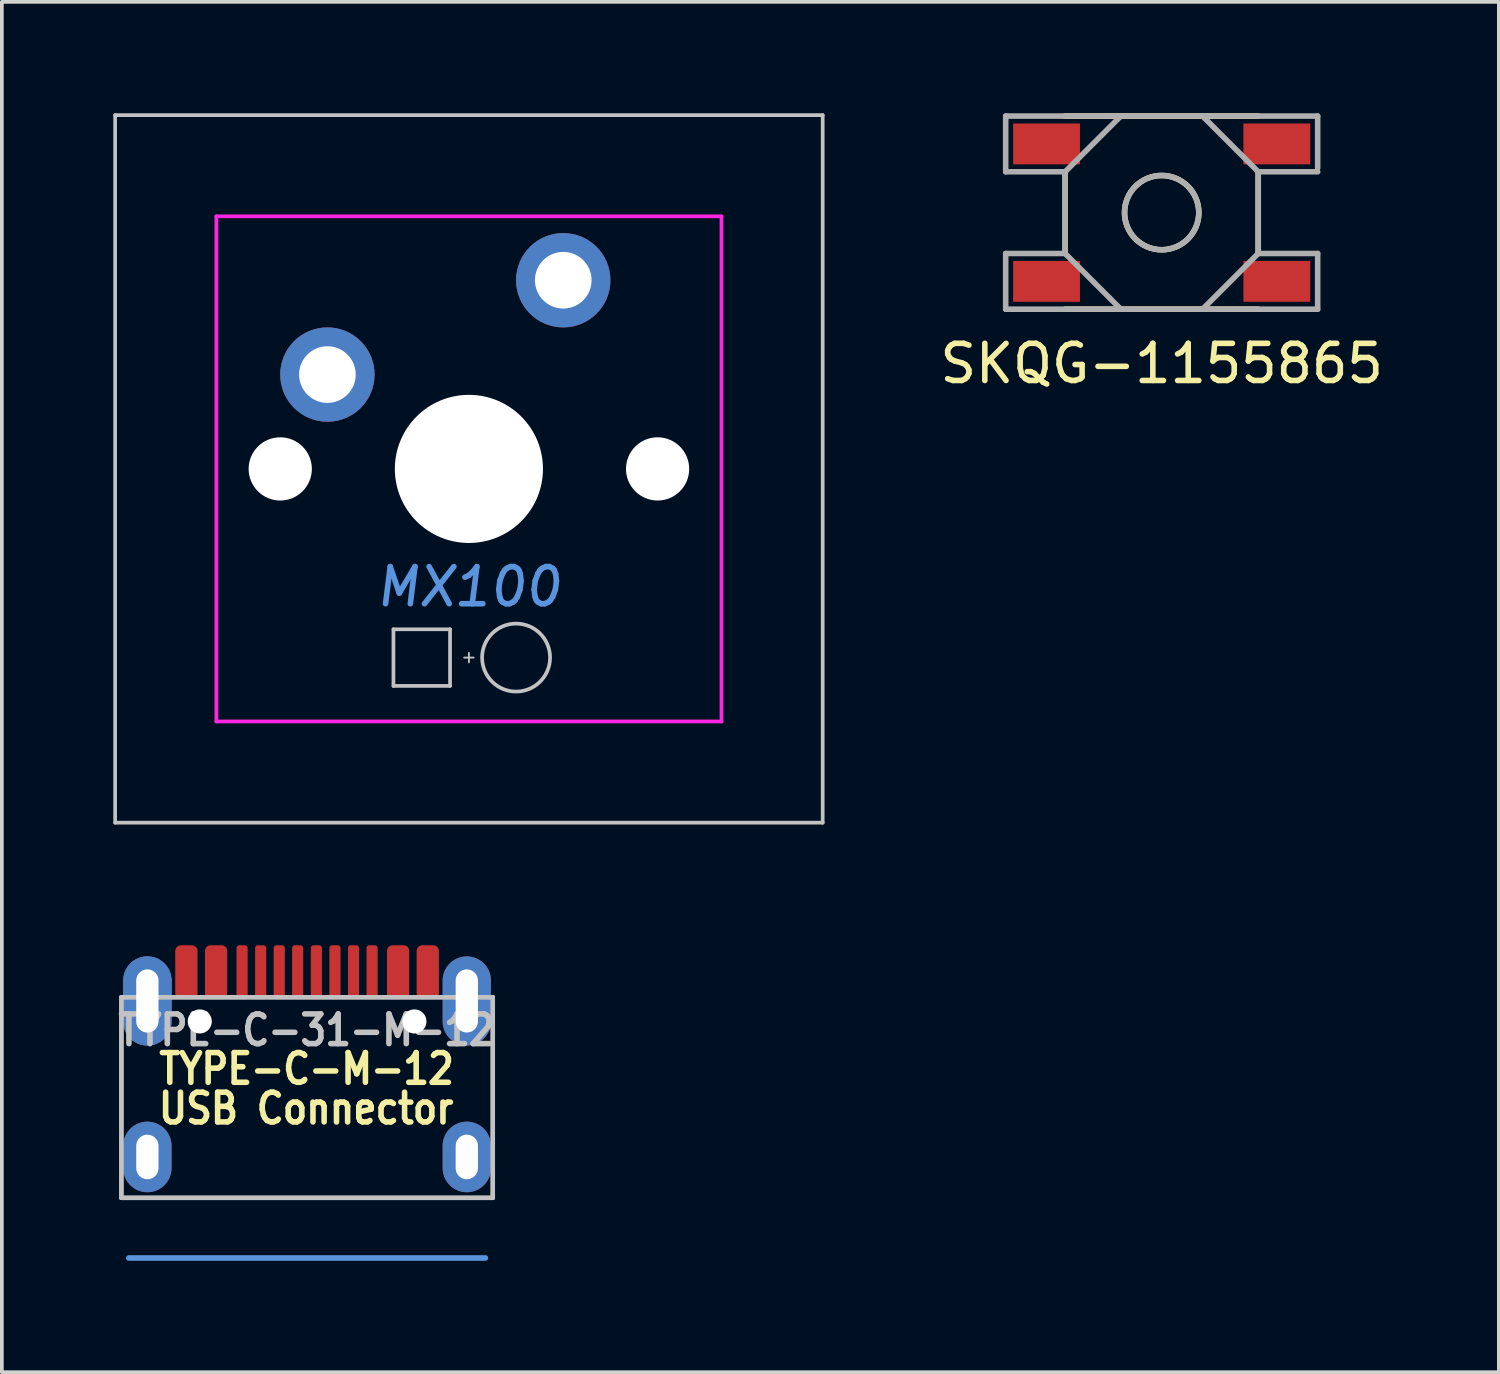
<source format=kicad_pcb>
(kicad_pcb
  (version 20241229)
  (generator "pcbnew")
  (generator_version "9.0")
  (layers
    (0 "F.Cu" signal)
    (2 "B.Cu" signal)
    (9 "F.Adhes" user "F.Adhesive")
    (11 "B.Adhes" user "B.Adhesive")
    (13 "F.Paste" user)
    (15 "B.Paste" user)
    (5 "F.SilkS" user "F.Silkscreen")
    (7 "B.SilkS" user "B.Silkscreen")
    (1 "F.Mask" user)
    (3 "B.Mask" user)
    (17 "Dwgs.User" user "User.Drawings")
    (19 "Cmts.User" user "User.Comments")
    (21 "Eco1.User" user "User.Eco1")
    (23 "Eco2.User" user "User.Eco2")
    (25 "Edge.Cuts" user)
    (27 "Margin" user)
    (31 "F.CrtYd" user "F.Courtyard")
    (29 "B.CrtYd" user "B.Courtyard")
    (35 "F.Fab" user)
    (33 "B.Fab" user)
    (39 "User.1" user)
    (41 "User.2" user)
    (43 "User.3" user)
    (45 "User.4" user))
  (footprint "SKQG-1155865"
    (layer "F.Cu")
    (at 28.227 2.675)
    (property "Reference" "SKQG-1155865" (at 0 4.064 0) (layer "F.SilkS") (effects (font (size 1 1) (thickness 0.15))))
    (attr smd)
    (fp_line (start -2.6 -2.6) (end 2.6 -2.6) (stroke (width 0.15) (type solid)) (layer "F.SilkS"))
    (fp_line (start -2.6 1.1) (end -2.6 -1.1) (stroke (width 0.15) (type solid)) (layer "F.SilkS"))
    (fp_line (start 2.6 -1.1) (end 2.6 1.1) (stroke (width 0.15) (type solid)) (layer "F.SilkS"))
    (fp_line (start 2.6 2.6) (end -2.6 2.6) (stroke (width 0.15) (type solid)) (layer "F.SilkS"))
    (fp_circle (center 0 0) (end 1 0) (stroke (width 0.15) (type solid)) (fill no) (layer "F.SilkS"))
    (fp_line (start -4.2 -2.6) (end 4.2 -2.6) (stroke (width 0.15) (type solid)) (layer "F.Fab"))
    (fp_line (start -4.2 -1.1) (end -4.2 -2.6) (stroke (width 0.15) (type solid)) (layer "F.Fab"))
    (fp_line (start -4.2 1.1) (end -2.6 1.1) (stroke (width 0.15) (type solid)) (layer "F.Fab"))
    (fp_line (start -4.2 2.6) (end -4.2 1.1) (stroke (width 0.15) (type solid)) (layer "F.Fab"))
    (fp_line (start -2.6 -1.1) (end -4.2 -1.1) (stroke (width 0.15) (type solid)) (layer "F.Fab"))
    (fp_line (start -2.6 -1.1) (end -1.1 -2.6) (stroke (width 0.15) (type solid)) (layer "F.Fab"))
    (fp_line (start -2.6 1.1) (end -2.6 -1.1) (stroke (width 0.15) (type solid)) (layer "F.Fab"))
    (fp_line (start -2.6 1.1) (end -1.1 2.6) (stroke (width 0.15) (type solid)) (layer "F.Fab"))
    (fp_line (start 2.6 -1.1) (end 1.1 -2.6) (stroke (width 0.15) (type solid)) (layer "F.Fab"))
    (fp_line (start 2.6 -1.1) (end 2.6 1.1) (stroke (width 0.15) (type solid)) (layer "F.Fab"))
    (fp_line (start 2.6 1.1) (end 1.1 2.6) (stroke (width 0.15) (type solid)) (layer "F.Fab"))
    (fp_line (start 2.6 1.1) (end 4.2 1.1) (stroke (width 0.15) (type solid)) (layer "F.Fab"))
    (fp_line (start 4.2 -2.6) (end 4.2 -1.2) (stroke (width 0.15) (type solid)) (layer "F.Fab"))
    (fp_line (start 4.2 -1.1) (end 2.6 -1.1) (stroke (width 0.15) (type solid)) (layer "F.Fab"))
    (fp_line (start 4.2 1.1) (end 4.2 2.6) (stroke (width 0.15) (type solid)) (layer "F.Fab"))
    (fp_line (start 4.2 2.6) (end -4.2 2.6) (stroke (width 0.15) (type solid)) (layer "F.Fab"))
    (fp_circle (center 0 0) (end 1 0) (stroke (width 0.15) (type solid)) (fill no) (layer "F.Fab"))
    (pad "1" smd rect (at 3.1 1.85) (size 1.8 1.1) (layers "F.Cu" "F.Mask" "F.Paste"))
    (pad "2" smd rect (at -3.1 -1.85) (size 1.8 1.1) (layers "F.Cu" "F.Mask" "F.Paste"))
    (pad "3" smd rect (at 3.1 -1.85) (size 1.8 1.1) (layers "F.Cu" "F.Mask" "F.Paste"))
    (pad "4" smd rect (at -3.1 1.85) (size 1.8 1.1) (layers "F.Cu" "F.Mask" "F.Paste")))
  (footprint "MX100"
    (layer "F.Cu")
    (at 9.55 9.588)
    (property "Reference" "MX100" (at 0.025 3.162 180) (layer "Cmts.User") (effects (font (size 1 1) (thickness 0.15) (italic yes))))
    (attr through_hole)
    (fp_line (start -9.5 -9.538) (end -9.5 9.512) (stroke (width 0.1) (type solid)) (layer "Dwgs.User"))
    (fp_line (start -9.5 9.512) (end 9.55 9.512) (stroke (width 0.1) (type solid)) (layer "Dwgs.User"))
    (fp_line (start -2.007 5.829) (end -2.007 4.305) (stroke (width 0.1) (type solid)) (layer "Dwgs.User"))
    (fp_line (start -2.007 5.829) (end -0.483 5.829) (stroke (width 0.1) (type solid)) (layer "Dwgs.User"))
    (fp_line (start -0.483 4.305) (end -2.007 4.305) (stroke (width 0.1) (type solid)) (layer "Dwgs.User"))
    (fp_line (start -0.483 4.305) (end -0.483 5.829) (stroke (width 0.1) (type solid)) (layer "Dwgs.User"))
    (fp_line (start 0.025 4.94) (end 0.025 5.194) (stroke (width 0.05) (type solid)) (layer "Dwgs.User"))
    (fp_line (start 0.152 5.067) (end -0.102 5.067) (stroke (width 0.05) (type solid)) (layer "Dwgs.User"))
    (fp_line (start 9.55 -9.538) (end -9.5 -9.538) (stroke (width 0.1) (type solid)) (layer "Dwgs.User"))
    (fp_line (start 9.55 9.512) (end 9.55 -9.538) (stroke (width 0.1) (type solid)) (layer "Dwgs.User"))
    (fp_circle (center 1.295 5.067) (end 0.38 5.067) (stroke (width 0.1) (type solid)) (fill no) (layer "Dwgs.User"))
    (fp_line (start -7.976 -5.728) (end -7.976 -3.188) (stroke (width 0.1) (type solid)) (layer "Eco1.User"))
    (fp_line (start -7.976 5.702) (end -7.976 3.162) (stroke (width 0.1) (type solid)) (layer "Eco1.User"))
    (fp_line (start -7.722 -5.982) (end -7.214 -5.982) (stroke (width 0.1) (type solid)) (layer "Eco1.User"))
    (fp_line (start -7.722 -2.934) (end -7.214 -2.934) (stroke (width 0.1) (type solid)) (layer "Eco1.User"))
    (fp_line (start -7.722 2.908) (end -7.214 2.908) (stroke (width 0.1) (type solid)) (layer "Eco1.User"))
    (fp_line (start -7.722 5.956) (end -7.214 5.956) (stroke (width 0.1) (type solid)) (layer "Eco1.User"))
    (fp_line (start -6.96 -6.236) (end -6.96 -6.744) (stroke (width 0.1) (type solid)) (layer "Eco1.User"))
    (fp_line (start -6.96 2.654) (end -6.96 -2.68) (stroke (width 0.1) (type solid)) (layer "Eco1.User"))
    (fp_line (start -6.96 6.21) (end -6.96 6.718) (stroke (width 0.1) (type solid)) (layer "Eco1.User"))
    (fp_line (start -6.706 -6.998) (end 6.756 -6.998) (stroke (width 0.1) (type solid)) (layer "Eco1.User"))
    (fp_line (start -6.706 6.972) (end 6.756 6.972) (stroke (width 0.1) (type solid)) (layer "Eco1.User"))
    (fp_line (start 0.025 -2.299) (end 0.025 2.273) (stroke (width 0.1) (type solid)) (layer "Eco1.User"))
    (fp_line (start 2.184 -0.013) (end -2.134 -0.013) (stroke (width 0.1) (type solid)) (layer "Eco1.User"))
    (fp_line (start 7.01 -6.236) (end 7.01 -6.744) (stroke (width 0.1) (type solid)) (layer "Eco1.User"))
    (fp_line (start 7.01 -2.68) (end 7.01 2.654) (stroke (width 0.1) (type solid)) (layer "Eco1.User"))
    (fp_line (start 7.01 6.21) (end 7.01 6.718) (stroke (width 0.1) (type solid)) (layer "Eco1.User"))
    (fp_line (start 7.772 -5.982) (end 7.264 -5.982) (stroke (width 0.1) (type solid)) (layer "Eco1.User"))
    (fp_line (start 7.772 -2.934) (end 7.264 -2.934) (stroke (width 0.1) (type solid)) (layer "Eco1.User"))
    (fp_line (start 7.772 2.908) (end 7.264 2.908) (stroke (width 0.1) (type solid)) (layer "Eco1.User"))
    (fp_line (start 7.772 5.956) (end 7.264 5.956) (stroke (width 0.1) (type solid)) (layer "Eco1.User"))
    (fp_line (start 8.026 -5.728) (end 8.026 -3.188) (stroke (width 0.1) (type solid)) (layer "Eco1.User"))
    (fp_line (start 8.026 5.702) (end 8.026 3.162) (stroke (width 0.1) (type solid)) (layer "Eco1.User"))
    (fp_arc (start -7.9756 -5.7277) (mid -7.901205 -5.907305) (end -7.7216 -5.9817) (stroke (width 0.1) (type solid)) (layer "Eco1.User"))
    (fp_arc (start -7.9756 3.1623) (mid -7.901205 2.982695) (end -7.7216 2.9083) (stroke (width 0.1) (type solid)) (layer "Eco1.User"))
    (fp_arc (start -7.7216 -2.9337) (mid -7.901205 -3.008095) (end -7.9756 -3.1877) (stroke (width 0.1) (type solid)) (layer "Eco1.User"))
    (fp_arc (start -7.7216 5.9563) (mid -7.901205 5.881905) (end -7.9756 5.7023) (stroke (width 0.1) (type solid)) (layer "Eco1.User"))
    (fp_arc (start -7.2136 -2.9337) (mid -7.033995 -2.859305) (end -6.9596 -2.6797) (stroke (width 0.1) (type solid)) (layer "Eco1.User"))
    (fp_arc (start -7.2136 5.9563) (mid -7.033995 6.030695) (end -6.9596 6.2103) (stroke (width 0.1) (type solid)) (layer "Eco1.User"))
    (fp_arc (start -6.9596 -6.7437) (mid -6.885205 -6.923305) (end -6.7056 -6.9977) (stroke (width 0.1) (type solid)) (layer "Eco1.User"))
    (fp_arc (start -6.9596 -6.2357) (mid -7.033995 -6.056095) (end -7.2136 -5.9817) (stroke (width 0.1) (type solid)) (layer "Eco1.User"))
    (fp_arc (start -6.9596 2.6543) (mid -7.033995 2.833905) (end -7.2136 2.9083) (stroke (width 0.1) (type solid)) (layer "Eco1.User"))
    (fp_arc (start -6.7056 6.9723) (mid -6.885205 6.897905) (end -6.9596 6.7183) (stroke (width 0.1) (type solid)) (layer "Eco1.User"))
    (fp_arc (start 6.7564 -6.9977) (mid 6.936005 -6.923305) (end 7.0104 -6.7437) (stroke (width 0.1) (type solid)) (layer "Eco1.User"))
    (fp_arc (start 7.0104 -2.6797) (mid 7.084795 -2.859305) (end 7.2644 -2.9337) (stroke (width 0.1) (type solid)) (layer "Eco1.User"))
    (fp_arc (start 7.0104 6.2103) (mid 7.084795 6.030695) (end 7.2644 5.9563) (stroke (width 0.1) (type solid)) (layer "Eco1.User"))
    (fp_arc (start 7.0104 6.7183) (mid 6.936005 6.897905) (end 6.7564 6.9723) (stroke (width 0.1) (type solid)) (layer "Eco1.User"))
    (fp_arc (start 7.2644 -5.9817) (mid 7.084795 -6.056095) (end 7.0104 -6.2357) (stroke (width 0.1) (type solid)) (layer "Eco1.User"))
    (fp_arc (start 7.2644 2.9083) (mid 7.084795 2.833905) (end 7.0104 2.6543) (stroke (width 0.1) (type solid)) (layer "Eco1.User"))
    (fp_arc (start 7.7724 -5.9817) (mid 7.952005 -5.907305) (end 8.0264 -5.7277) (stroke (width 0.1) (type solid)) (layer "Eco1.User"))
    (fp_arc (start 7.7724 2.9083) (mid 7.952005 2.982695) (end 8.0264 3.1623) (stroke (width 0.1) (type solid)) (layer "Eco1.User"))
    (fp_arc (start 8.0264 -3.1877) (mid 7.952005 -3.008095) (end 7.7724 -2.9337) (stroke (width 0.1) (type solid)) (layer "Eco1.User"))
    (fp_arc (start 8.0264 5.7023) (mid 7.952005 5.881905) (end 7.7724 5.9563) (stroke (width 0.1) (type solid)) (layer "Eco1.User"))
    (fp_circle (center 0.025 -0.013) (end -1.88 -0.013) (stroke (width 0.1) (type solid)) (fill no) (layer "Eco1.User"))
    (fp_line (start -6.775 -6.813) (end -6.775 6.787) (stroke (width 0.1) (type solid)) (layer "F.CrtYd"))
    (fp_line (start 6.825 -6.813) (end -6.775 -6.813) (stroke (width 0.1) (type solid)) (layer "F.CrtYd"))
    (fp_line (start 6.825 -6.813) (end 6.825 6.787) (stroke (width 0.1) (type solid)) (layer "F.CrtYd"))
    (fp_line (start 6.825 6.787) (end -6.775 6.787) (stroke (width 0.1) (type solid)) (layer "F.CrtYd"))
    (pad "" np_thru_hole circle (at -5.055 -0.013 180) (size 1.702 1.702) (drill 1.702) (layers "*.Cu" "*.Mask"))
    (pad "" np_thru_hole circle (at 0.025 -0.013 180) (size 3.988 3.988) (drill 3.988) (layers "*.Cu" "*.Mask"))
    (pad "" np_thru_hole circle (at 5.105 -0.013 180) (size 1.702 1.702) (drill 1.702) (layers "*.Cu" "*.Mask"))
    (pad "1" thru_hole circle (at -3.785 -2.553 90) (size 2.54 2.54) (drill 1.525) (layers "*.Cu" "*.Mask"))
    (pad "2" thru_hole circle (at 2.565 -5.093 180) (size 2.54 2.54) (drill 1.525) (layers "*.Cu" "*.Mask")))
  (footprint "TYPE-C-31-M-12"
    (layer "F.Cu")
    (at 5.218 22.4)
    (property "Reference" "TYPE-C-31-M-12" (at -0.013 2.286 180) (layer "Dwgs.User") (effects (font (size 0.8 0.7) (thickness 0.15))))
    (attr through_hole)
    (fp_line (start -5 1.4) (end -5 6.8) (stroke (width 0.12) (type solid)) (layer "Dwgs.User"))
    (fp_line (start -5 6.8) (end 5 6.8) (stroke (width 0.12) (type solid)) (layer "Dwgs.User"))
    (fp_line (start 5 1.4) (end -5 1.4) (stroke (width 0.12) (type solid)) (layer "Dwgs.User"))
    (fp_line (start 5 6.8) (end 5 1.4) (stroke (width 0.12) (type solid)) (layer "Dwgs.User"))
    (fp_line (start 4.8 8.42) (end -4.8 8.42) (stroke (width 0.15) (type solid)) (layer "Cmts.User"))
    (fp_line (start -5 1.4) (end -5 6.8) (stroke (width 0.12) (type solid)) (layer "F.Fab"))
    (fp_line (start -5 6.8) (end 5 6.8) (stroke (width 0.12) (type solid)) (layer "F.Fab"))
    (fp_line (start 5 1.4) (end -5 1.4) (stroke (width 0.12) (type solid)) (layer "F.Fab"))
    (fp_line (start 5 6.8) (end 5 1.4) (stroke (width 0.12) (type solid)) (layer "F.Fab"))
    (fp_text user "TYPE-C-M-12" (at -0.013 3.327 0) (layer "F.SilkS") (effects (font (size 0.8 0.7) (thickness 0.15))))
    (fp_text user "USB Connector" (at -0.025 4.394 0) (layer "F.SilkS") (effects (font (size 0.8 0.7) (thickness 0.15))))
    (pad "" np_thru_hole circle (at -2.89 2.051) (size 0.65 0.65) (drill 0.65) (layers "*.Cu" "*.Mask"))
    (pad "" np_thru_hole circle (at 2.89 2.051) (size 0.65 0.65) (drill 0.65) (layers "*.Cu" "*.Mask"))
    (pad "A1" smd roundrect (at -3.25 1.275) (size 0.6 1.45) (drill (offset 0 -0.55)) (layers "F.Cu" "F.Mask" "F.Paste") (roundrect_rratio 0.25))
    (pad "A4" smd roundrect (at -2.45 1.275) (size 0.6 1.45) (drill (offset 0 -0.55)) (layers "F.Cu" "F.Mask" "F.Paste") (roundrect_rratio 0.25))
    (pad "A5" smd roundrect (at -1.25 1.275) (size 0.3 1.45) (drill (offset 0 -0.55)) (layers "F.Cu" "F.Mask" "F.Paste") (roundrect_rratio 0.25))
    (pad "A6" smd roundrect (at -0.254 1.275) (size 0.3 1.45) (drill (offset 0 -0.55)) (layers "F.Cu" "F.Mask" "F.Paste") (roundrect_rratio 0.25))
    (pad "A7" smd roundrect (at 0.25 1.275) (size 0.3 1.45) (drill (offset 0 -0.55)) (layers "F.Cu" "F.Mask" "F.Paste") (roundrect_rratio 0.25))
    (pad "A8" smd roundrect (at 1.25 1.275) (size 0.3 1.45) (drill (offset 0 -0.55)) (layers "F.Cu" "F.Mask" "F.Paste") (roundrect_rratio 0.25))
    (pad "B1" smd roundrect (at 3.25 1.275) (size 0.6 1.45) (drill (offset 0 -0.55)) (layers "F.Cu" "F.Mask" "F.Paste") (roundrect_rratio 0.25))
    (pad "B4" smd roundrect (at 2.45 1.275) (size 0.6 1.45) (drill (offset 0 -0.55)) (layers "F.Cu" "F.Mask" "F.Paste") (roundrect_rratio 0.25))
    (pad "B5" smd roundrect (at 1.75 1.275) (size 0.3 1.45) (drill (offset 0 -0.55)) (layers "F.Cu" "F.Mask" "F.Paste") (roundrect_rratio 0.25))
    (pad "B6" smd roundrect (at 0.75 1.275) (size 0.3 1.45) (drill (offset 0 -0.55)) (layers "F.Cu" "F.Mask" "F.Paste") (roundrect_rratio 0.25))
    (pad "B7" smd roundrect (at -0.75 1.275) (size 0.3 1.45) (drill (offset 0 -0.55)) (layers "F.Cu" "F.Mask" "F.Paste") (roundrect_rratio 0.25))
    (pad "B8" smd roundrect (at -1.75 1.275) (size 0.3 1.45) (drill (offset 0 -0.55)) (layers "F.Cu" "F.Mask" "F.Paste") (roundrect_rratio 0.25))
    (pad "S" thru_hole oval (at -4.3 1.5) (size 1.3 2.4) (drill oval 0.6 1.7) (layers "*.Cu" "F.Mask"))
    (pad "S" smd oval (at -4.3 1.5) (size 1.3 2.4) (layers "B.Cu" "B.Mask"))
    (pad "S" thru_hole oval (at -4.3 5.7) (size 1.3 1.9) (drill oval 0.6 1.2) (layers "*.Cu" "*.Mask"))
    (pad "S" thru_hole oval (at 4.3 1.5) (size 1.3 2.4) (drill oval 0.6 1.7) (layers "*.Cu" "*.Mask"))
    (pad "S" thru_hole oval (at 4.3 5.7) (size 1.3 1.9) (drill oval 0.6 1.2) (layers "*.Cu" "*.Mask")))
  (gr_rect
    (start -3 -3)
    (end 37.305 33.895)
    (stroke (width 0.1) (type default))
    (fill no)
    (layer "Edge.Cuts")))
</source>
